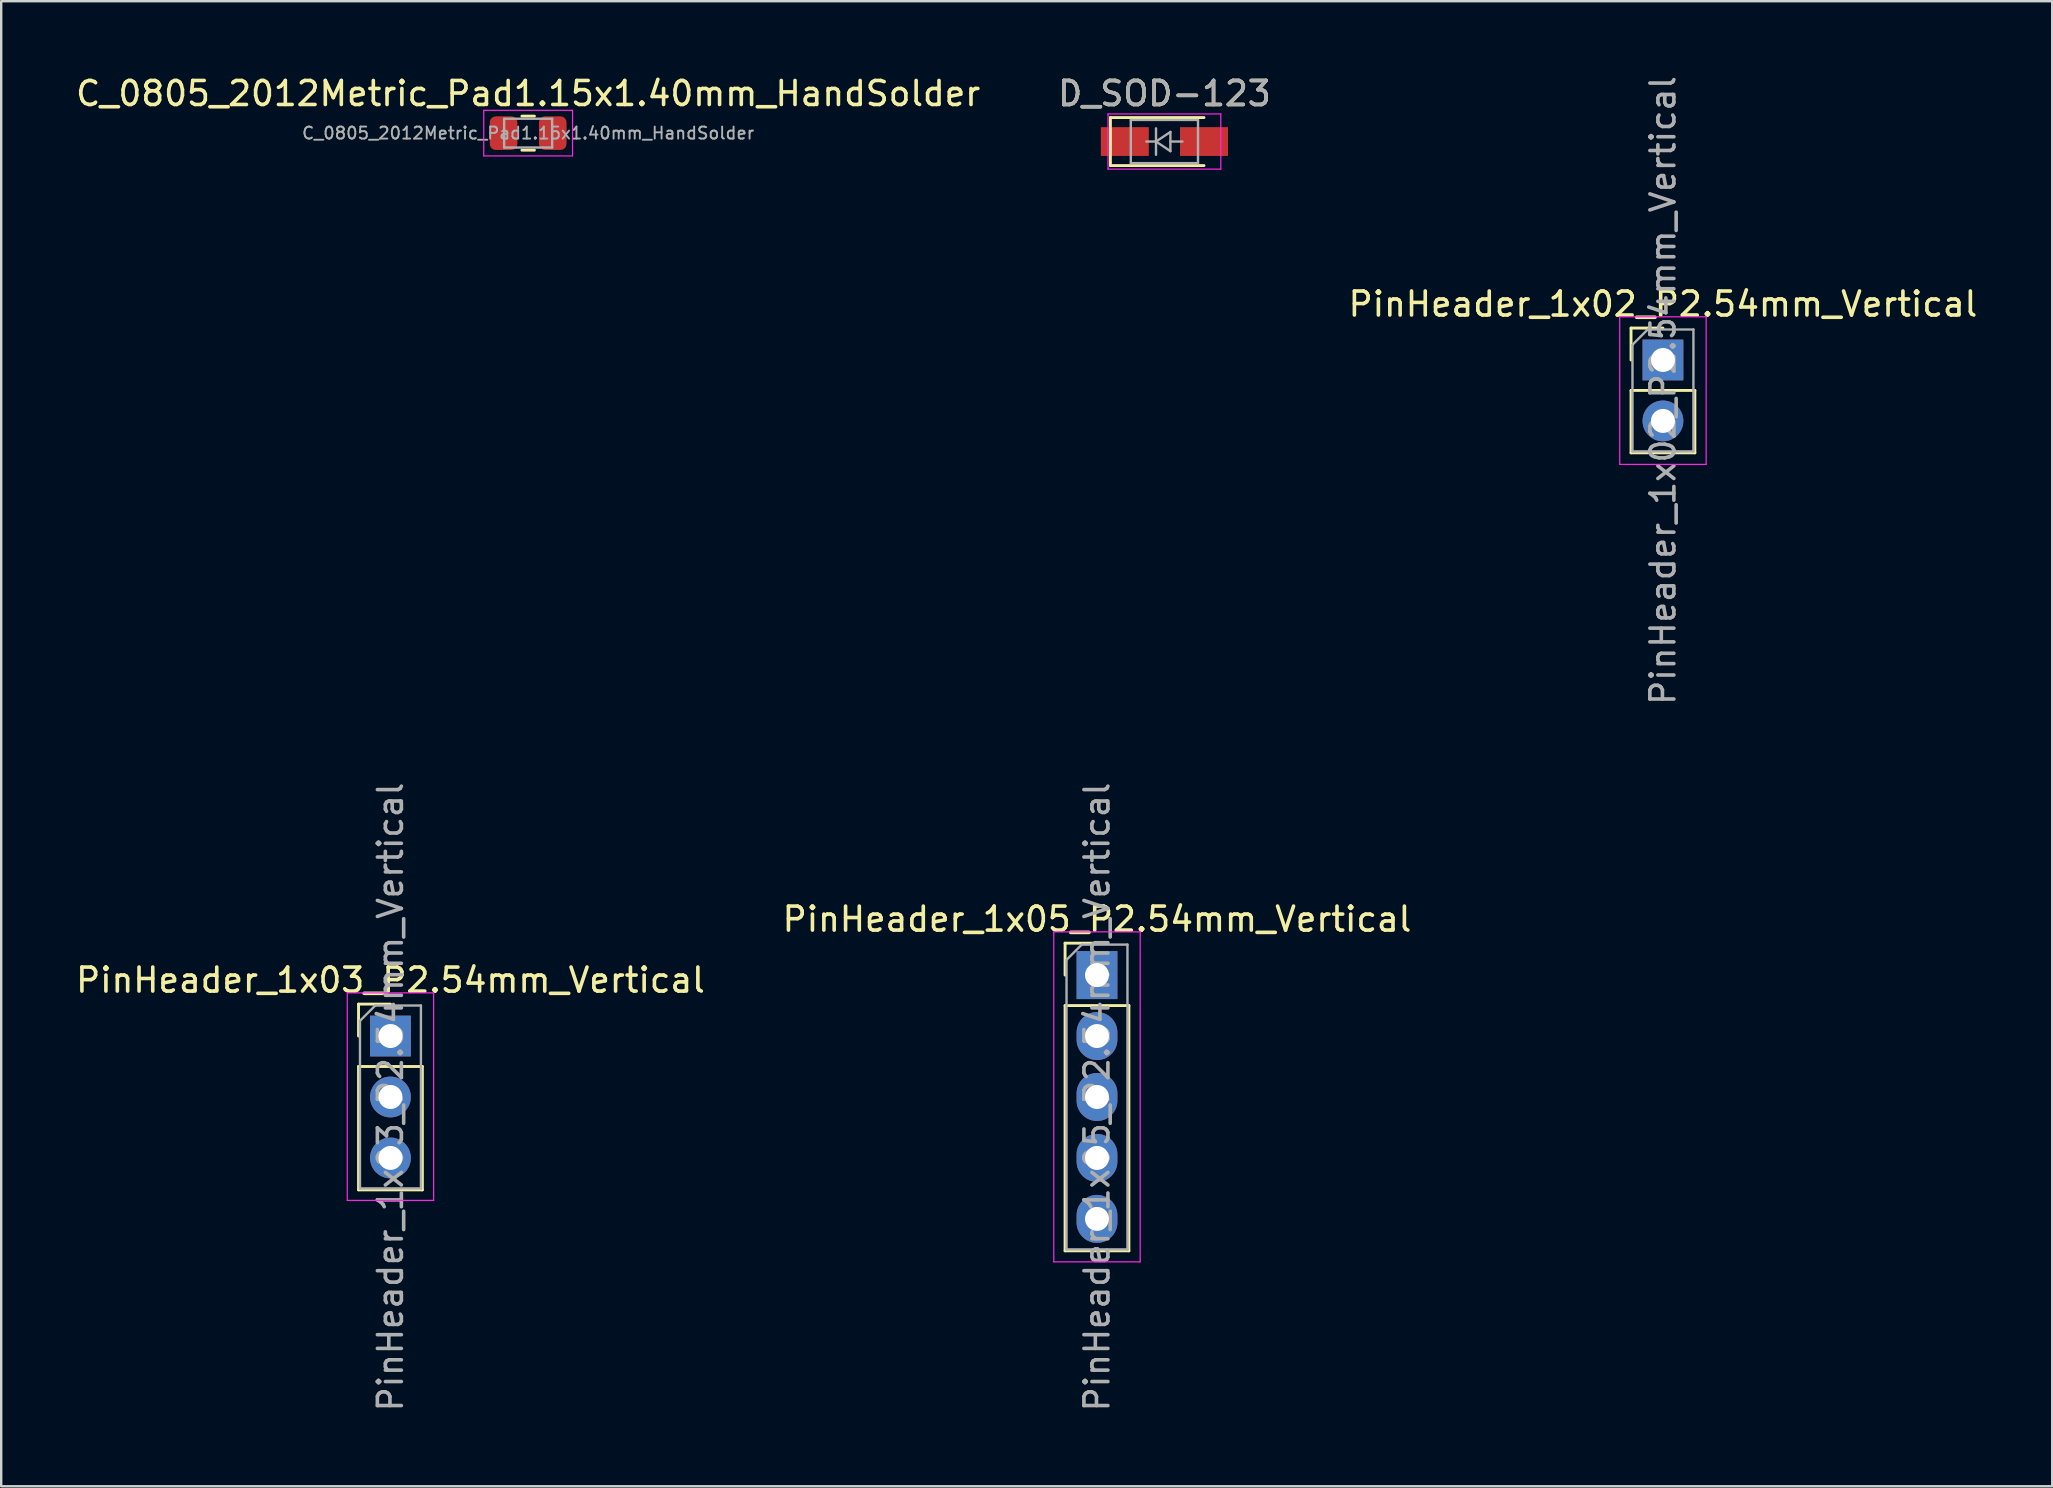
<source format=kicad_pcb>
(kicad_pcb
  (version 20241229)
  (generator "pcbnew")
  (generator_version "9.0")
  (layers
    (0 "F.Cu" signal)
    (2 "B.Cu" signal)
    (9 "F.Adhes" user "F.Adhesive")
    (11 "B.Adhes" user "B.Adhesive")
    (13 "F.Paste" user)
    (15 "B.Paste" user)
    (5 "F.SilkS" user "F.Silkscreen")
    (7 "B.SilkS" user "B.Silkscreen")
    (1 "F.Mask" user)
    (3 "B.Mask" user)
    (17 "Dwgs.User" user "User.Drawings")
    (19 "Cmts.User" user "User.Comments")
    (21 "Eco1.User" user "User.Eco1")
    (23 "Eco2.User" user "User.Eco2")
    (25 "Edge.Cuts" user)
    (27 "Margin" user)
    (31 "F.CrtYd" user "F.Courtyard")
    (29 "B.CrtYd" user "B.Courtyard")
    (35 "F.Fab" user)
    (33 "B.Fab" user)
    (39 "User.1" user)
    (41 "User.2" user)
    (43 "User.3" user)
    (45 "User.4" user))
  (footprint "D_SOD-123"
    (layer "F.Cu")
    (at 45.47 2.848)
    (property "Reference" "D_SOD-123" (at 0 -2 0) (layer "F.SilkS") (effects (font (size 1 1) (thickness 0.15))))
    (attr smd)
    (fp_line (start -2.25 -1) (end -2.25 1) (stroke (width 0.12) (type solid)) (layer "F.SilkS"))
    (fp_line (start -2.25 -1) (end 1.65 -1) (stroke (width 0.12) (type solid)) (layer "F.SilkS"))
    (fp_line (start -2.25 1) (end 1.65 1) (stroke (width 0.12) (type solid)) (layer "F.SilkS"))
    (fp_line (start -2.35 -1.15) (end -2.35 1.15) (stroke (width 0.05) (type solid)) (layer "F.CrtYd"))
    (fp_line (start -2.35 -1.15) (end 2.35 -1.15) (stroke (width 0.05) (type solid)) (layer "F.CrtYd"))
    (fp_line (start 2.35 -1.15) (end 2.35 1.15) (stroke (width 0.05) (type solid)) (layer "F.CrtYd"))
    (fp_line (start 2.35 1.15) (end -2.35 1.15) (stroke (width 0.05) (type solid)) (layer "F.CrtYd"))
    (fp_line (start -1.4 -0.9) (end 1.4 -0.9) (stroke (width 0.1) (type solid)) (layer "F.Fab"))
    (fp_line (start -1.4 0.9) (end -1.4 -0.9) (stroke (width 0.1) (type solid)) (layer "F.Fab"))
    (fp_line (start -0.75 0) (end -0.35 0) (stroke (width 0.1) (type solid)) (layer "F.Fab"))
    (fp_line (start -0.35 0) (end -0.35 -0.55) (stroke (width 0.1) (type solid)) (layer "F.Fab"))
    (fp_line (start -0.35 0) (end -0.35 0.55) (stroke (width 0.1) (type solid)) (layer "F.Fab"))
    (fp_line (start -0.35 0) (end 0.25 -0.4) (stroke (width 0.1) (type solid)) (layer "F.Fab"))
    (fp_line (start 0.25 -0.4) (end 0.25 0.4) (stroke (width 0.1) (type solid)) (layer "F.Fab"))
    (fp_line (start 0.25 0) (end 0.75 0) (stroke (width 0.1) (type solid)) (layer "F.Fab"))
    (fp_line (start 0.25 0.4) (end -0.35 0) (stroke (width 0.1) (type solid)) (layer "F.Fab"))
    (fp_line (start 1.4 -0.9) (end 1.4 0.9) (stroke (width 0.1) (type solid)) (layer "F.Fab"))
    (fp_line (start 1.4 0.9) (end -1.4 0.9) (stroke (width 0.1) (type solid)) (layer "F.Fab"))
    (fp_text user "${REFERENCE}" (at 0 -2 0) (layer "F.Fab") (effects (font (size 1 1) (thickness 0.15))))
    (pad "1" smd rect (at -1.65 0) (size 2 1.2) (layers "F.Cu" "F.Mask" "F.Paste"))
    (pad "2" smd rect (at 1.65 0) (size 2 1.2) (layers "F.Cu" "F.Mask" "F.Paste")))
  (footprint "PinHeader_1x02_P2.54mm_Vertical"
    (layer "F.Cu")
    (at 66.244 11.95)
    (property "Reference" "PinHeader_1x02_P2.54mm_Vertical" (at 0 -2.33 0) (layer "F.SilkS") (effects (font (size 1 1) (thickness 0.15))))
    (attr through_hole)
    (fp_line (start -1.33 -1.33) (end 0 -1.33) (stroke (width 0.12) (type solid)) (layer "F.SilkS"))
    (fp_line (start -1.33 0) (end -1.33 -1.33) (stroke (width 0.12) (type solid)) (layer "F.SilkS"))
    (fp_line (start -1.33 1.27) (end -1.33 3.87) (stroke (width 0.12) (type solid)) (layer "F.SilkS"))
    (fp_line (start -1.33 1.27) (end 1.33 1.27) (stroke (width 0.12) (type solid)) (layer "F.SilkS"))
    (fp_line (start -1.33 3.87) (end 1.33 3.87) (stroke (width 0.12) (type solid)) (layer "F.SilkS"))
    (fp_line (start 1.33 1.27) (end 1.33 3.87) (stroke (width 0.12) (type solid)) (layer "F.SilkS"))
    (fp_line (start -1.8 -1.8) (end -1.8 4.35) (stroke (width 0.05) (type solid)) (layer "F.CrtYd"))
    (fp_line (start -1.8 4.35) (end 1.8 4.35) (stroke (width 0.05) (type solid)) (layer "F.CrtYd"))
    (fp_line (start 1.8 -1.8) (end -1.8 -1.8) (stroke (width 0.05) (type solid)) (layer "F.CrtYd"))
    (fp_line (start 1.8 4.35) (end 1.8 -1.8) (stroke (width 0.05) (type solid)) (layer "F.CrtYd"))
    (fp_line (start -1.27 -0.635) (end -0.635 -1.27) (stroke (width 0.1) (type solid)) (layer "F.Fab"))
    (fp_line (start -1.27 3.81) (end -1.27 -0.635) (stroke (width 0.1) (type solid)) (layer "F.Fab"))
    (fp_line (start -0.635 -1.27) (end 1.27 -1.27) (stroke (width 0.1) (type solid)) (layer "F.Fab"))
    (fp_line (start 1.27 -1.27) (end 1.27 3.81) (stroke (width 0.1) (type solid)) (layer "F.Fab"))
    (fp_line (start 1.27 3.81) (end -1.27 3.81) (stroke (width 0.1) (type solid)) (layer "F.Fab"))
    (fp_text user "${REFERENCE}" (at 0 1.27 270) (layer "F.Fab") (effects (font (size 1 1) (thickness 0.15))))
    (pad "1" thru_hole rect (at 0 0) (size 1.7 1.7) (drill 1) (layers "*.Cu" "*.Mask"))
    (pad "2" thru_hole oval (at 0 2.54) (size 1.7 1.7) (drill 1) (layers "*.Cu" "*.Mask")))
  (footprint "PinHeader_1x03_P2.54mm_Vertical"
    (layer "F.Cu")
    (at 13.22 40.121)
    (property "Reference" "PinHeader_1x03_P2.54mm_Vertical" (at 0 -2.33 180) (layer "F.SilkS") (effects (font (size 1 1) (thickness 0.15))))
    (attr through_hole)
    (fp_line (start -1.33 -1.33) (end 0 -1.33) (stroke (width 0.12) (type solid)) (layer "F.SilkS"))
    (fp_line (start -1.33 0) (end -1.33 -1.33) (stroke (width 0.12) (type solid)) (layer "F.SilkS"))
    (fp_line (start -1.33 1.27) (end -1.33 6.41) (stroke (width 0.12) (type solid)) (layer "F.SilkS"))
    (fp_line (start -1.33 1.27) (end 1.33 1.27) (stroke (width 0.12) (type solid)) (layer "F.SilkS"))
    (fp_line (start -1.33 6.41) (end 1.33 6.41) (stroke (width 0.12) (type solid)) (layer "F.SilkS"))
    (fp_line (start 1.33 1.27) (end 1.33 6.41) (stroke (width 0.12) (type solid)) (layer "F.SilkS"))
    (fp_line (start -1.8 -1.8) (end -1.8 6.85) (stroke (width 0.05) (type solid)) (layer "F.CrtYd"))
    (fp_line (start -1.8 6.85) (end 1.8 6.85) (stroke (width 0.05) (type solid)) (layer "F.CrtYd"))
    (fp_line (start 1.8 -1.8) (end -1.8 -1.8) (stroke (width 0.05) (type solid)) (layer "F.CrtYd"))
    (fp_line (start 1.8 6.85) (end 1.8 -1.8) (stroke (width 0.05) (type solid)) (layer "F.CrtYd"))
    (fp_line (start -1.27 -0.635) (end -0.635 -1.27) (stroke (width 0.1) (type solid)) (layer "F.Fab"))
    (fp_line (start -1.27 6.35) (end -1.27 -0.635) (stroke (width 0.1) (type solid)) (layer "F.Fab"))
    (fp_line (start -0.635 -1.27) (end 1.27 -1.27) (stroke (width 0.1) (type solid)) (layer "F.Fab"))
    (fp_line (start 1.27 -1.27) (end 1.27 6.35) (stroke (width 0.1) (type solid)) (layer "F.Fab"))
    (fp_line (start 1.27 6.35) (end -1.27 6.35) (stroke (width 0.1) (type solid)) (layer "F.Fab"))
    (fp_text user "${REFERENCE}" (at 0 2.54 270) (layer "F.Fab") (effects (font (size 1 1) (thickness 0.15))))
    (pad "1" thru_hole rect (at 0 0) (size 1.7 1.7) (drill 1) (layers "*.Cu" "*.Mask"))
    (pad "2" thru_hole oval (at 0 2.54) (size 1.7 1.7) (drill 1) (layers "*.Cu" "*.Mask"))
    (pad "3" thru_hole oval (at 0 5.08) (size 1.7 1.7) (drill 1) (layers "*.Cu" "*.Mask")))
  (footprint "C_0805_2012Metric_Pad1.15x1.40mm_HandSolder"
    (layer "F.Cu")
    (at 18.958 2.498)
    (property "Reference" "C_0805_2012Metric_Pad1.15x1.40mm_HandSolder" (at 0 -1.65 180) (layer "F.SilkS") (effects (font (size 1 1) (thickness 0.15))))
    (attr smd)
    (fp_line (start -0.261 -0.71) (end 0.261 -0.71) (stroke (width 0.12) (type solid)) (layer "F.SilkS"))
    (fp_line (start -0.261 0.71) (end 0.261 0.71) (stroke (width 0.12) (type solid)) (layer "F.SilkS"))
    (fp_line (start -1.85 -0.95) (end 1.85 -0.95) (stroke (width 0.05) (type solid)) (layer "F.CrtYd"))
    (fp_line (start -1.85 0.95) (end -1.85 -0.95) (stroke (width 0.05) (type solid)) (layer "F.CrtYd"))
    (fp_line (start 1.85 -0.95) (end 1.85 0.95) (stroke (width 0.05) (type solid)) (layer "F.CrtYd"))
    (fp_line (start 1.85 0.95) (end -1.85 0.95) (stroke (width 0.05) (type solid)) (layer "F.CrtYd"))
    (fp_line (start -1 -0.6) (end 1 -0.6) (stroke (width 0.1) (type solid)) (layer "F.Fab"))
    (fp_line (start -1 0.6) (end -1 -0.6) (stroke (width 0.1) (type solid)) (layer "F.Fab"))
    (fp_line (start 1 -0.6) (end 1 0.6) (stroke (width 0.1) (type solid)) (layer "F.Fab"))
    (fp_line (start 1 0.6) (end -1 0.6) (stroke (width 0.1) (type solid)) (layer "F.Fab"))
    (fp_text user "${REFERENCE}" (at 0 0 180) (layer "F.Fab") (effects (font (size 0.5 0.5) (thickness 0.08))))
    (pad "1" smd roundrect (at -1.025 0) (size 1.15 1.4) (layers "F.Cu" "F.Mask" "F.Paste") (roundrect_rratio 0.217))
    (pad "2" smd roundrect (at 1.025 0) (size 1.15 1.4) (layers "F.Cu" "F.Mask" "F.Paste") (roundrect_rratio 0.217)))
  (footprint "PinHeader_1x05_P2.54mm_Vertical"
    (layer "F.Cu")
    (at 42.661 37.581)
    (property "Reference" "PinHeader_1x05_P2.54mm_Vertical" (at 0 -2.33 0) (layer "F.SilkS") (effects (font (size 1 1) (thickness 0.15))))
    (attr through_hole)
    (fp_line (start -1.33 -1.33) (end 0 -1.33) (stroke (width 0.12) (type solid)) (layer "F.SilkS"))
    (fp_line (start -1.33 0) (end -1.33 -1.33) (stroke (width 0.12) (type solid)) (layer "F.SilkS"))
    (fp_line (start -1.33 1.27) (end -1.33 11.49) (stroke (width 0.12) (type solid)) (layer "F.SilkS"))
    (fp_line (start -1.33 1.27) (end 1.33 1.27) (stroke (width 0.12) (type solid)) (layer "F.SilkS"))
    (fp_line (start -1.33 11.49) (end 1.33 11.49) (stroke (width 0.12) (type solid)) (layer "F.SilkS"))
    (fp_line (start 1.33 1.27) (end 1.33 11.49) (stroke (width 0.12) (type solid)) (layer "F.SilkS"))
    (fp_line (start -1.8 -1.8) (end -1.8 11.95) (stroke (width 0.05) (type solid)) (layer "F.CrtYd"))
    (fp_line (start -1.8 11.95) (end 1.8 11.95) (stroke (width 0.05) (type solid)) (layer "F.CrtYd"))
    (fp_line (start 1.8 -1.8) (end -1.8 -1.8) (stroke (width 0.05) (type solid)) (layer "F.CrtYd"))
    (fp_line (start 1.8 11.95) (end 1.8 -1.8) (stroke (width 0.05) (type solid)) (layer "F.CrtYd"))
    (fp_line (start -1.27 -0.635) (end -0.635 -1.27) (stroke (width 0.1) (type solid)) (layer "F.Fab"))
    (fp_line (start -1.27 11.43) (end -1.27 -0.635) (stroke (width 0.1) (type solid)) (layer "F.Fab"))
    (fp_line (start -0.635 -1.27) (end 1.27 -1.27) (stroke (width 0.1) (type solid)) (layer "F.Fab"))
    (fp_line (start 1.27 -1.27) (end 1.27 11.43) (stroke (width 0.1) (type solid)) (layer "F.Fab"))
    (fp_line (start 1.27 11.43) (end -1.27 11.43) (stroke (width 0.1) (type solid)) (layer "F.Fab"))
    (fp_text user "${REFERENCE}" (at 0 5.08 270) (layer "F.Fab") (effects (font (size 1 1) (thickness 0.15))))
    (pad "1" thru_hole rect (at 0 0) (size 1.7 2) (drill 1) (layers "*.Cu" "*.Mask"))
    (pad "2" thru_hole oval (at 0 2.54) (size 1.7 2) (drill 1) (layers "*.Cu" "*.Mask"))
    (pad "3" thru_hole oval (at 0 5.08) (size 1.7 2) (drill 1) (layers "*.Cu" "*.Mask"))
    (pad "4" thru_hole oval (at 0 7.62) (size 1.7 2) (drill 1) (layers "*.Cu" "*.Mask"))
    (pad "5" thru_hole oval (at 0 10.16) (size 1.7 2) (drill 1) (layers "*.Cu" "*.Mask")))
  (gr_rect
    (start -3 -3)
    (end 82.464 58.881)
    (stroke (width 0.1) (type default))
    (fill no)
    (layer "Edge.Cuts")))
</source>
